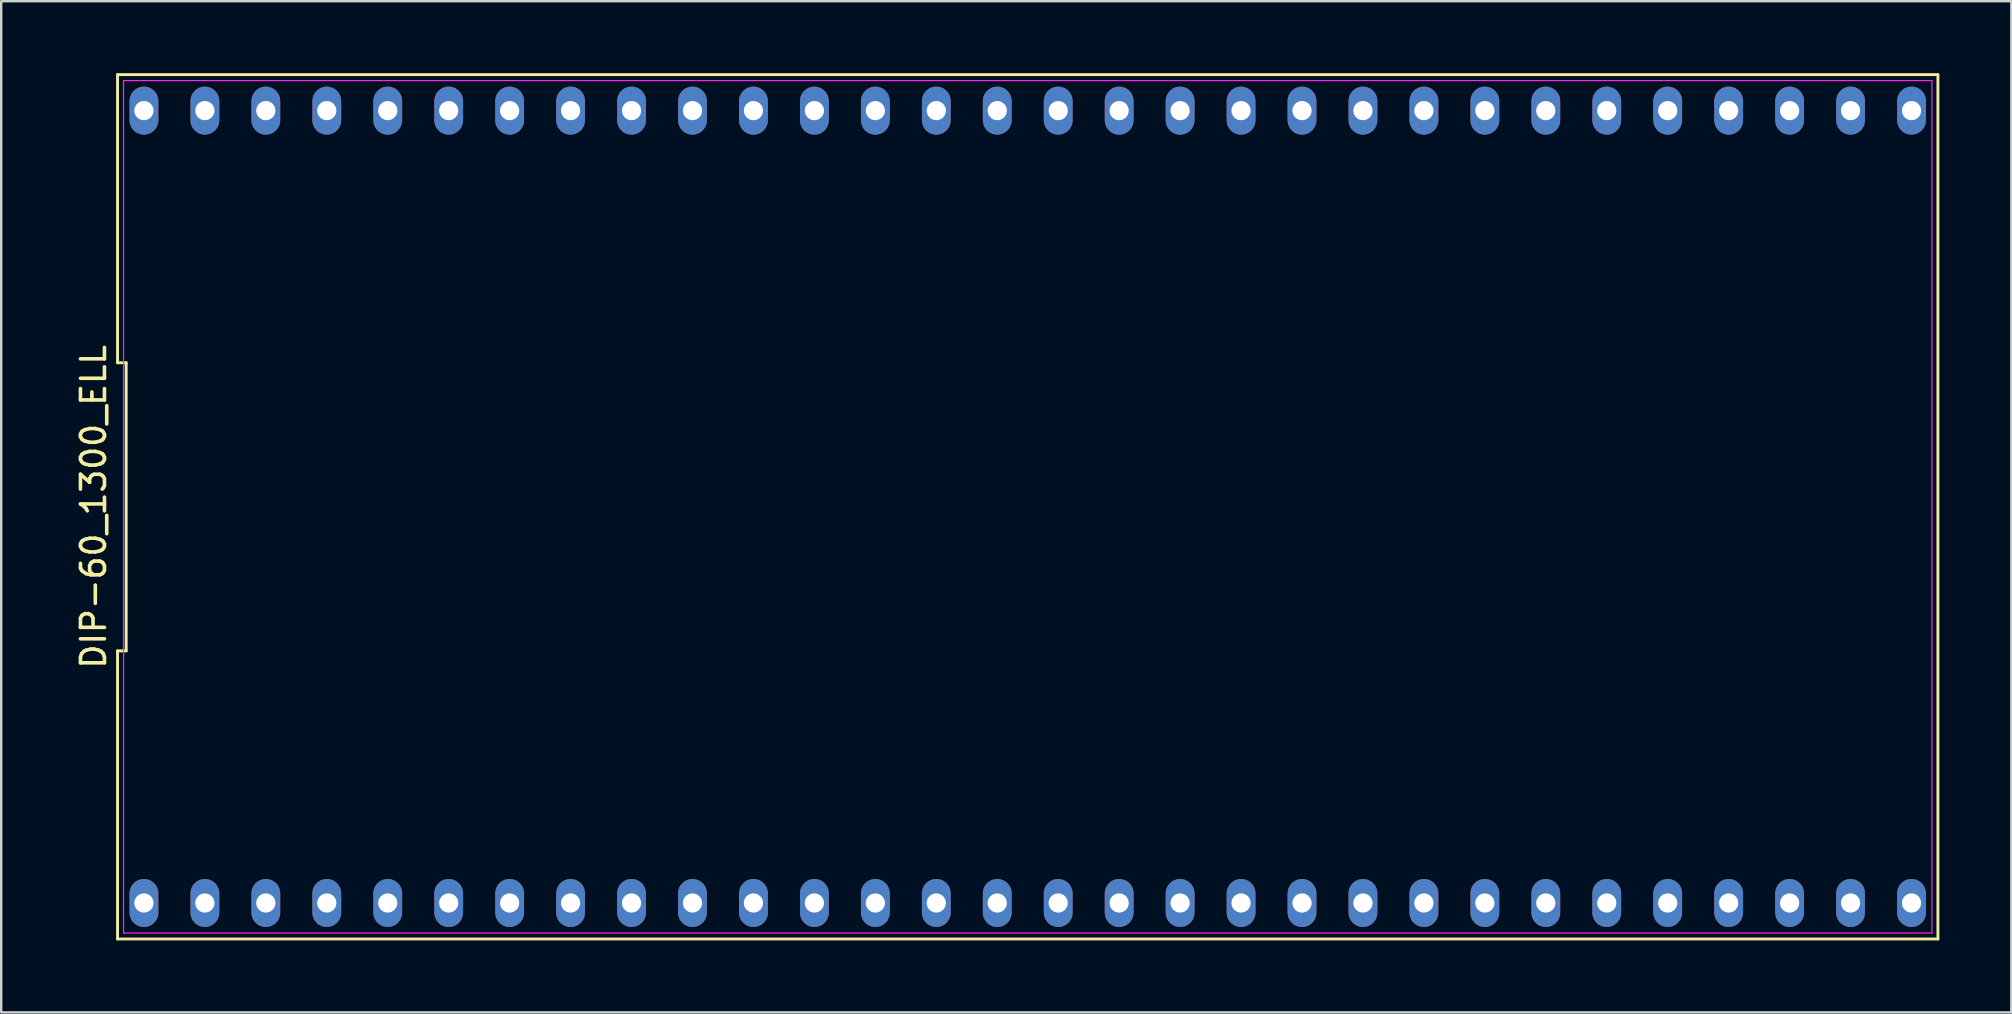
<source format=kicad_pcb>
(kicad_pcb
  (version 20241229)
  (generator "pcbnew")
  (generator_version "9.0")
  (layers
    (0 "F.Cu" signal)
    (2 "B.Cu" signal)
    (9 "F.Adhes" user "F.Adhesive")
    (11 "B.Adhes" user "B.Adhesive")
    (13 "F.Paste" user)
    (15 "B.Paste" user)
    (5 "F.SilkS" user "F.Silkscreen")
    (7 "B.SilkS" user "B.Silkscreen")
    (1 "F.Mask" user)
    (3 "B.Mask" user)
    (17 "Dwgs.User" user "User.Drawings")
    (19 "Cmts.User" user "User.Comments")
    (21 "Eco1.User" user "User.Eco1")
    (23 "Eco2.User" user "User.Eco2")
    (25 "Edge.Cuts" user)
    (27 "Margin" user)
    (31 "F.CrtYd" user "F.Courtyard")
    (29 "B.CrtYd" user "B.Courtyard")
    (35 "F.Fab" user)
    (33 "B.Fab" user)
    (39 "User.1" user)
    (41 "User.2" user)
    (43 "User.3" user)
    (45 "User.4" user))
  (footprint "DIP-60_1300_ELL"
    (layer "F.Cu")
    (at 39.778 18.07)
    (property "Reference" "DIP-60_1300_ELL" (at -38.93 0 90) (layer "F.SilkS") (effects (font (size 1 1) (thickness 0.15))))
    (fp_line (start -37.93 -18.01) (end -37.93 -6.003) (stroke (width 0.12) (type default)) (layer "F.SilkS"))
    (fp_line (start -37.93 -6.003) (end -37.57 -6.003) (stroke (width 0.12) (type default)) (layer "F.SilkS"))
    (fp_line (start -37.93 6.003) (end -37.93 18.01) (stroke (width 0.12) (type default)) (layer "F.SilkS"))
    (fp_line (start -37.93 18.01) (end 37.93 18.01) (stroke (width 0.12) (type default)) (layer "F.SilkS"))
    (fp_line (start -37.57 -6.003) (end -37.57 6.003) (stroke (width 0.12) (type default)) (layer "F.SilkS"))
    (fp_line (start -37.57 6.003) (end -37.93 6.003) (stroke (width 0.12) (type default)) (layer "F.SilkS"))
    (fp_line (start 37.93 -18.01) (end -37.93 -18.01) (stroke (width 0.12) (type default)) (layer "F.SilkS"))
    (fp_line (start 37.93 18.01) (end 37.93 -18.01) (stroke (width 0.12) (type default)) (layer "F.SilkS"))
    (fp_line (start -37.68 -17.76) (end 37.68 -17.76) (stroke (width 0.05) (type default)) (layer "F.CrtYd"))
    (fp_line (start -37.68 17.76) (end -37.68 -17.76) (stroke (width 0.05) (type default)) (layer "F.CrtYd"))
    (fp_line (start 37.68 -17.76) (end 37.68 17.76) (stroke (width 0.05) (type default)) (layer "F.CrtYd"))
    (fp_line (start 37.68 17.76) (end -37.68 17.76) (stroke (width 0.05) (type default)) (layer "F.CrtYd"))
    (pad "1" thru_hole oval (at -36.83 16.51) (size 1.2 2) (drill 0.8) (layers "*.Cu" "*.Mask"))
    (pad "2" thru_hole oval (at -34.29 16.51) (size 1.2 2) (drill 0.8) (layers "*.Cu" "*.Mask"))
    (pad "3" thru_hole oval (at -31.75 16.51) (size 1.2 2) (drill 0.8) (layers "*.Cu" "*.Mask"))
    (pad "4" thru_hole oval (at -29.21 16.51) (size 1.2 2) (drill 0.8) (layers "*.Cu" "*.Mask"))
    (pad "5" thru_hole oval (at -26.67 16.51) (size 1.2 2) (drill 0.8) (layers "*.Cu" "*.Mask"))
    (pad "6" thru_hole oval (at -24.13 16.51) (size 1.2 2) (drill 0.8) (layers "*.Cu" "*.Mask"))
    (pad "7" thru_hole oval (at -21.59 16.51) (size 1.2 2) (drill 0.8) (layers "*.Cu" "*.Mask"))
    (pad "8" thru_hole oval (at -19.05 16.51) (size 1.2 2) (drill 0.8) (layers "*.Cu" "*.Mask"))
    (pad "9" thru_hole oval (at -16.51 16.51) (size 1.2 2) (drill 0.8) (layers "*.Cu" "*.Mask"))
    (pad "10" thru_hole oval (at -13.97 16.51) (size 1.2 2) (drill 0.8) (layers "*.Cu" "*.Mask"))
    (pad "11" thru_hole oval (at -11.43 16.51) (size 1.2 2) (drill 0.8) (layers "*.Cu" "*.Mask"))
    (pad "12" thru_hole oval (at -8.89 16.51) (size 1.2 2) (drill 0.8) (layers "*.Cu" "*.Mask"))
    (pad "13" thru_hole oval (at -6.35 16.51) (size 1.2 2) (drill 0.8) (layers "*.Cu" "*.Mask"))
    (pad "14" thru_hole oval (at -3.81 16.51) (size 1.2 2) (drill 0.8) (layers "*.Cu" "*.Mask"))
    (pad "15" thru_hole oval (at -1.27 16.51) (size 1.2 2) (drill 0.8) (layers "*.Cu" "*.Mask"))
    (pad "16" thru_hole oval (at 1.27 16.51) (size 1.2 2) (drill 0.8) (layers "*.Cu" "*.Mask"))
    (pad "17" thru_hole oval (at 3.81 16.51) (size 1.2 2) (drill 0.8) (layers "*.Cu" "*.Mask"))
    (pad "18" thru_hole oval (at 6.35 16.51) (size 1.2 2) (drill 0.8) (layers "*.Cu" "*.Mask"))
    (pad "19" thru_hole oval (at 8.89 16.51) (size 1.2 2) (drill 0.8) (layers "*.Cu" "*.Mask"))
    (pad "20" thru_hole oval (at 11.43 16.51) (size 1.2 2) (drill 0.8) (layers "*.Cu" "*.Mask"))
    (pad "21" thru_hole oval (at 13.97 16.51) (size 1.2 2) (drill 0.8) (layers "*.Cu" "*.Mask"))
    (pad "22" thru_hole oval (at 16.51 16.51) (size 1.2 2) (drill 0.8) (layers "*.Cu" "*.Mask"))
    (pad "23" thru_hole oval (at 19.05 16.51) (size 1.2 2) (drill 0.8) (layers "*.Cu" "*.Mask"))
    (pad "24" thru_hole oval (at 21.59 16.51) (size 1.2 2) (drill 0.8) (layers "*.Cu" "*.Mask"))
    (pad "25" thru_hole oval (at 24.13 16.51) (size 1.2 2) (drill 0.8) (layers "*.Cu" "*.Mask"))
    (pad "26" thru_hole oval (at 26.67 16.51) (size 1.2 2) (drill 0.8) (layers "*.Cu" "*.Mask"))
    (pad "27" thru_hole oval (at 29.21 16.51) (size 1.2 2) (drill 0.8) (layers "*.Cu" "*.Mask"))
    (pad "28" thru_hole oval (at 31.75 16.51) (size 1.2 2) (drill 0.8) (layers "*.Cu" "*.Mask"))
    (pad "29" thru_hole oval (at 34.29 16.51) (size 1.2 2) (drill 0.8) (layers "*.Cu" "*.Mask"))
    (pad "30" thru_hole oval (at 36.83 16.51) (size 1.2 2) (drill 0.8) (layers "*.Cu" "*.Mask"))
    (pad "31" thru_hole oval (at 36.83 -16.51) (size 1.2 2) (drill 0.8) (layers "*.Cu" "*.Mask"))
    (pad "32" thru_hole oval (at 34.29 -16.51) (size 1.2 2) (drill 0.8) (layers "*.Cu" "*.Mask"))
    (pad "33" thru_hole oval (at 31.75 -16.51) (size 1.2 2) (drill 0.8) (layers "*.Cu" "*.Mask"))
    (pad "34" thru_hole oval (at 29.21 -16.51) (size 1.2 2) (drill 0.8) (layers "*.Cu" "*.Mask"))
    (pad "35" thru_hole oval (at 26.67 -16.51) (size 1.2 2) (drill 0.8) (layers "*.Cu" "*.Mask"))
    (pad "36" thru_hole oval (at 24.13 -16.51) (size 1.2 2) (drill 0.8) (layers "*.Cu" "*.Mask"))
    (pad "37" thru_hole oval (at 21.59 -16.51) (size 1.2 2) (drill 0.8) (layers "*.Cu" "*.Mask"))
    (pad "38" thru_hole oval (at 19.05 -16.51) (size 1.2 2) (drill 0.8) (layers "*.Cu" "*.Mask"))
    (pad "39" thru_hole oval (at 16.51 -16.51) (size 1.2 2) (drill 0.8) (layers "*.Cu" "*.Mask"))
    (pad "40" thru_hole oval (at 13.97 -16.51) (size 1.2 2) (drill 0.8) (layers "*.Cu" "*.Mask"))
    (pad "41" thru_hole oval (at 11.43 -16.51) (size 1.2 2) (drill 0.8) (layers "*.Cu" "*.Mask"))
    (pad "42" thru_hole oval (at 8.89 -16.51) (size 1.2 2) (drill 0.8) (layers "*.Cu" "*.Mask"))
    (pad "43" thru_hole oval (at 6.35 -16.51) (size 1.2 2) (drill 0.8) (layers "*.Cu" "*.Mask"))
    (pad "44" thru_hole oval (at 3.81 -16.51) (size 1.2 2) (drill 0.8) (layers "*.Cu" "*.Mask"))
    (pad "45" thru_hole oval (at 1.27 -16.51) (size 1.2 2) (drill 0.8) (layers "*.Cu" "*.Mask"))
    (pad "46" thru_hole oval (at -1.27 -16.51) (size 1.2 2) (drill 0.8) (layers "*.Cu" "*.Mask"))
    (pad "47" thru_hole oval (at -3.81 -16.51) (size 1.2 2) (drill 0.8) (layers "*.Cu" "*.Mask"))
    (pad "48" thru_hole oval (at -6.35 -16.51) (size 1.2 2) (drill 0.8) (layers "*.Cu" "*.Mask"))
    (pad "49" thru_hole oval (at -8.89 -16.51) (size 1.2 2) (drill 0.8) (layers "*.Cu" "*.Mask"))
    (pad "50" thru_hole oval (at -11.43 -16.51) (size 1.2 2) (drill 0.8) (layers "*.Cu" "*.Mask"))
    (pad "51" thru_hole oval (at -13.97 -16.51) (size 1.2 2) (drill 0.8) (layers "*.Cu" "*.Mask"))
    (pad "52" thru_hole oval (at -16.51 -16.51) (size 1.2 2) (drill 0.8) (layers "*.Cu" "*.Mask"))
    (pad "53" thru_hole oval (at -19.05 -16.51) (size 1.2 2) (drill 0.8) (layers "*.Cu" "*.Mask"))
    (pad "54" thru_hole oval (at -21.59 -16.51) (size 1.2 2) (drill 0.8) (layers "*.Cu" "*.Mask"))
    (pad "55" thru_hole oval (at -24.13 -16.51) (size 1.2 2) (drill 0.8) (layers "*.Cu" "*.Mask"))
    (pad "56" thru_hole oval (at -26.67 -16.51) (size 1.2 2) (drill 0.8) (layers "*.Cu" "*.Mask"))
    (pad "57" thru_hole oval (at -29.21 -16.51) (size 1.2 2) (drill 0.8) (layers "*.Cu" "*.Mask"))
    (pad "58" thru_hole oval (at -31.75 -16.51) (size 1.2 2) (drill 0.8) (layers "*.Cu" "*.Mask"))
    (pad "59" thru_hole oval (at -34.29 -16.51) (size 1.2 2) (drill 0.8) (layers "*.Cu" "*.Mask"))
    (pad "60" thru_hole oval (at -36.83 -16.51) (size 1.2 2) (drill 0.8) (layers "*.Cu" "*.Mask")))
  (gr_rect
    (start -3 -3)
    (end 80.768 39.14)
    (stroke (width 0.1) (type default))
    (fill no)
    (layer "Edge.Cuts")))
</source>
